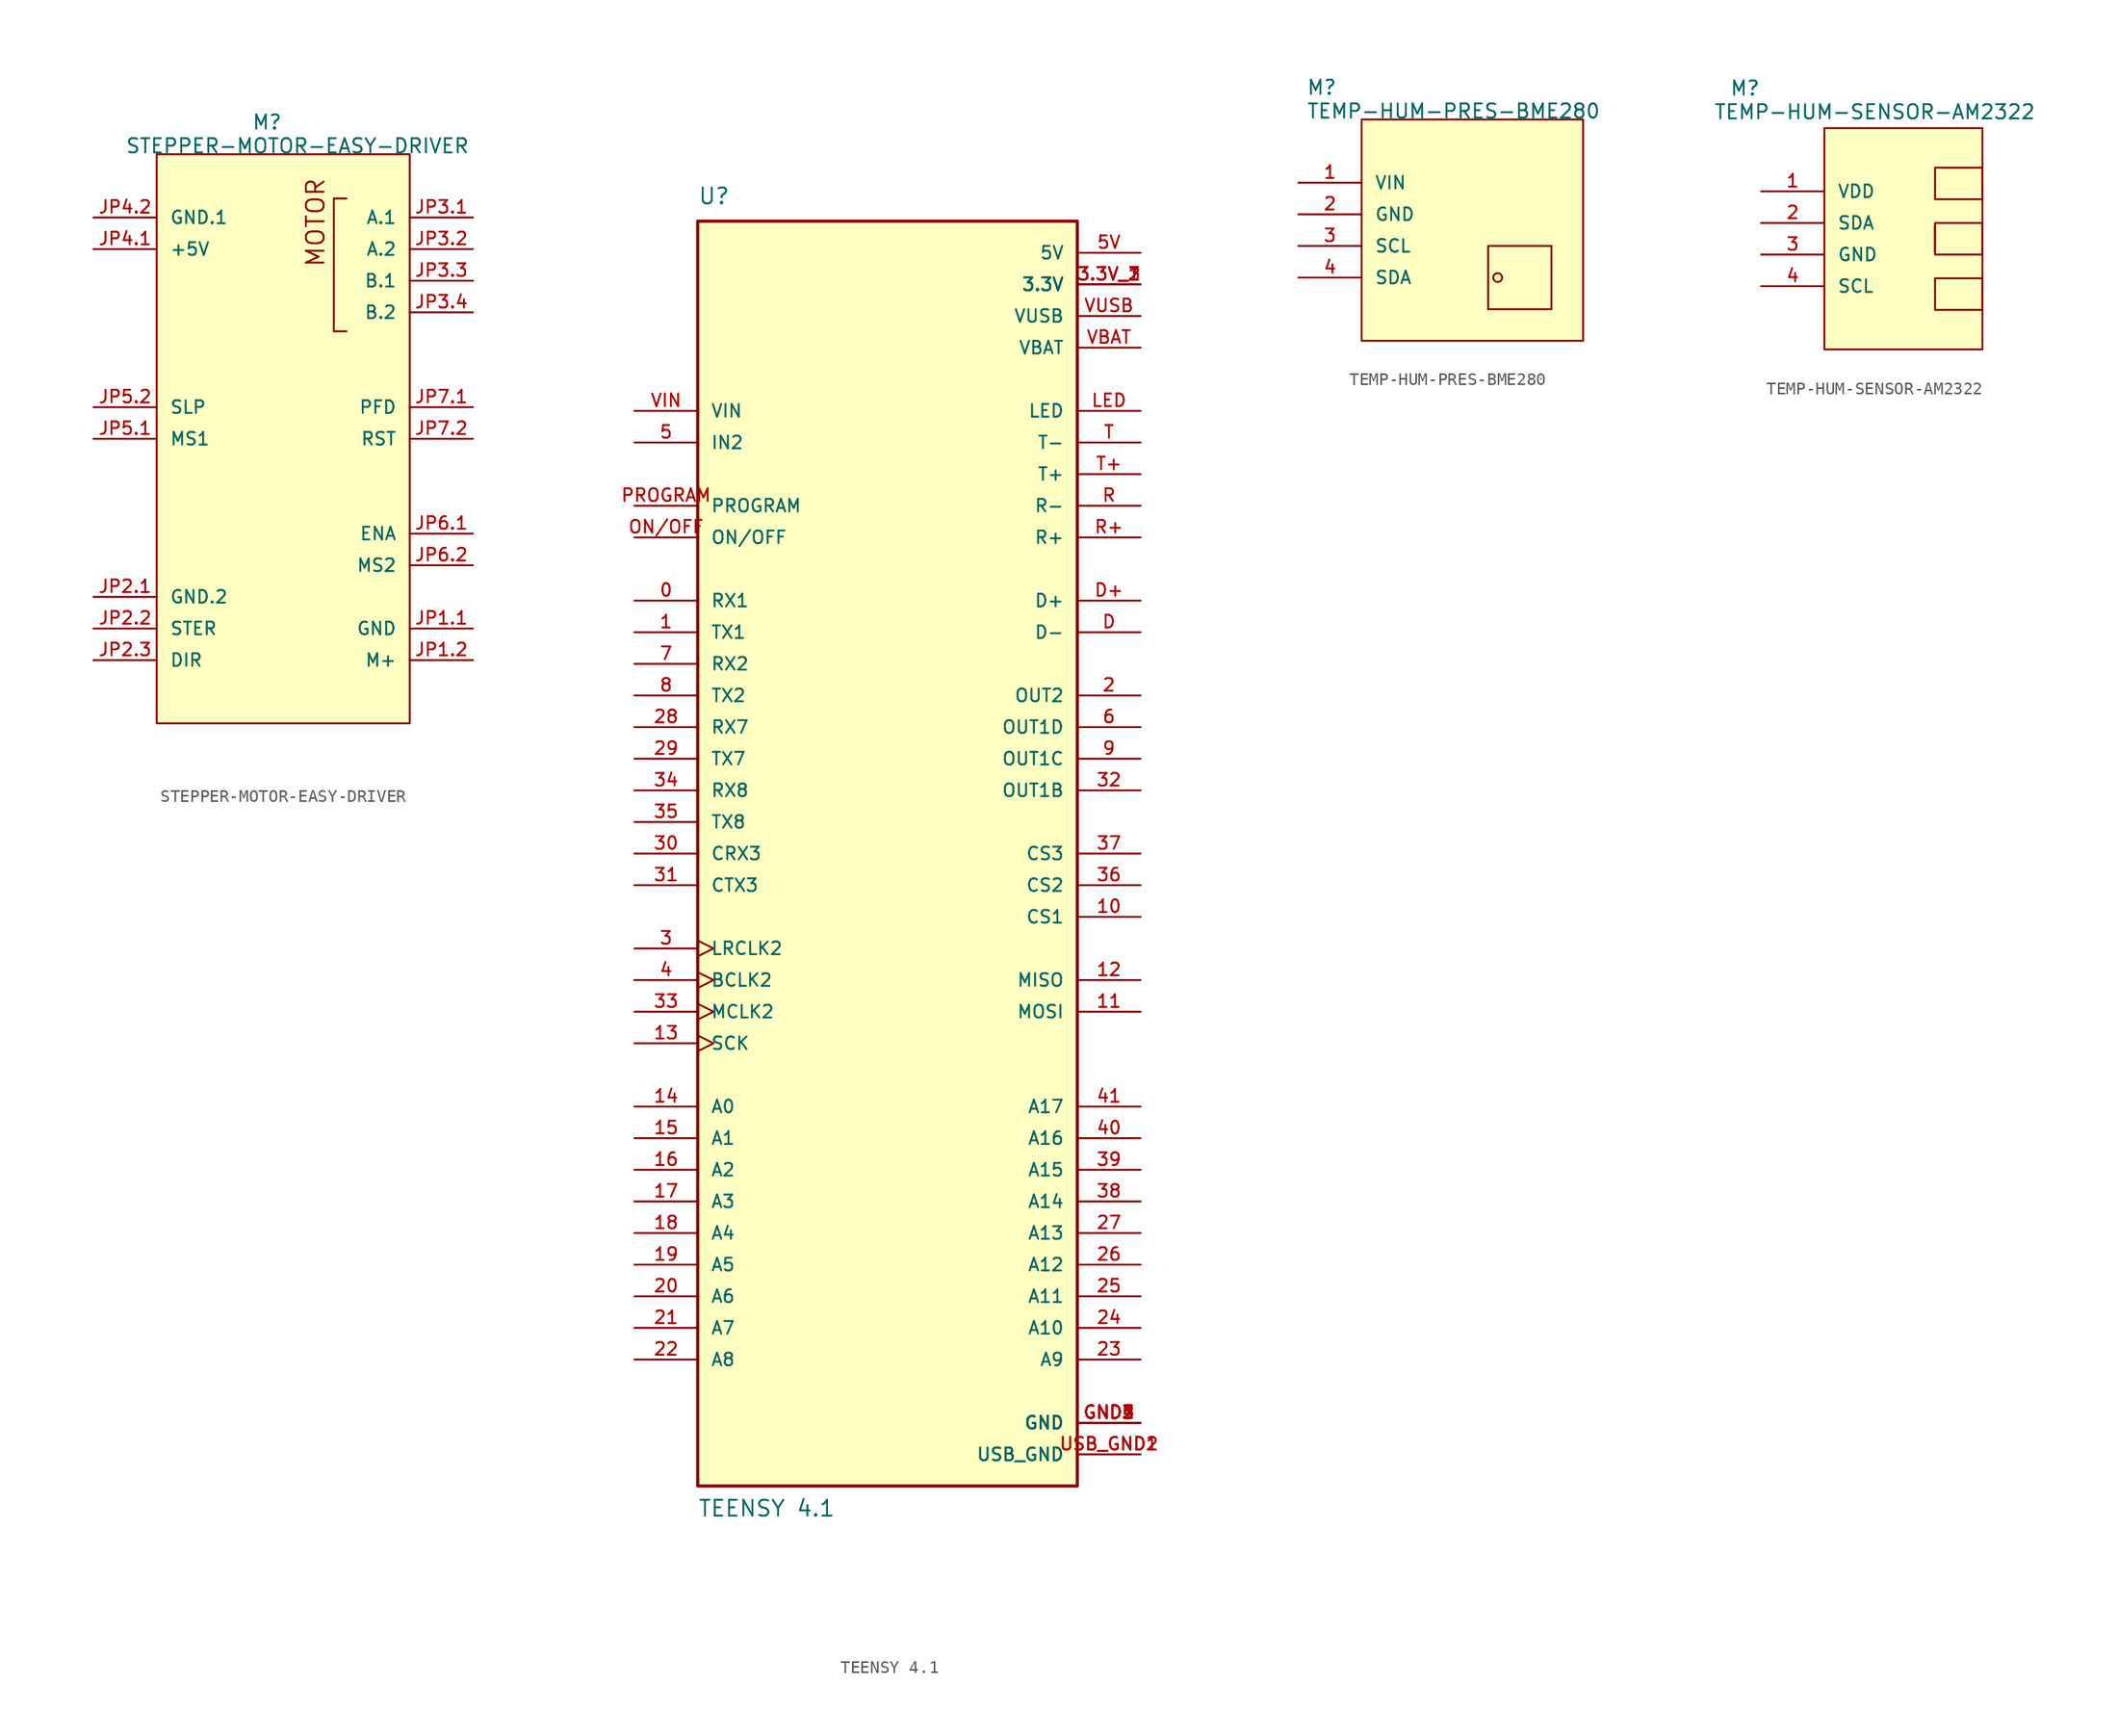
<source format=kicad_sym>
(kicad_symbol_lib
  (version 20211014)
  (generator kicad_symbol_editor)
  (symbol "STEPPER-MOTOR-EASY-DRIVER"
    (pin_names
      (offset 1.016))
    (property "Reference" "M"
      (at -2.54 24.765 0)
      (effects (font (size 1.143 1.143)) (justify left bottom)))
    (property "Value" "STEPPER-MOTOR-EASY-DRIVER"
      (at -12.7 22.86 0)
      (effects (font (size 1.143 1.143)) (justify left bottom)))
    (property "ki_locked" ""
      (at 0 0 0)
      (effects (font (size 1.27 1.27))))
    (symbol "STEPPER-MOTOR-EASY-DRIVER_1_0"
      (polyline (pts (xy 4.064 8.636) (xy 5.08 8.636)) (stroke (width 0) (type default) (color 0 0 0 0)) (fill (type none)))
      (polyline (pts (xy 4.064 19.304) (xy 4.064 8.636)) (stroke (width 0) (type default) (color 0 0 0 0)) (fill (type none)))
      (polyline (pts (xy 5.08 19.304) (xy 4.064 19.304)) (stroke (width 0) (type default) (color 0 0 0 0)) (fill (type none)))
      (text "MOTOR" (at 2.591 17.374 900) (effects (font (size 1.422 1.422)))))
    (symbol "STEPPER-MOTOR-EASY-DRIVER_1_1"
      (rectangle (start -10.16 -22.86) (end 10.16 22.86) (stroke (width 0) (type default) (color 0 0 0 0)) (fill (type background)))
      (pin bidirectional line (at 15.24 -15.24 180) (length 5.08) (name "GND" (effects (font (size 1.016 1.016)))) (number "JP1.1" (effects (font (size 1.016 1.016)))))
      (pin bidirectional line (at 15.24 -17.78 180) (length 5.08) (name "M+" (effects (font (size 1.016 1.016)))) (number "JP1.2" (effects (font (size 1.016 1.016)))))
      (pin bidirectional line (at -15.24 -12.7 0) (length 5.08) (name "GND.2" (effects (font (size 1.016 1.016)))) (number "JP2.1" (effects (font (size 1.016 1.016)))))
      (pin bidirectional line (at -15.24 -15.24 0) (length 5.08) (name "STER" (effects (font (size 1.016 1.016)))) (number "JP2.2" (effects (font (size 1.016 1.016)))))
      (pin bidirectional line (at -15.24 -17.78 0) (length 5.08) (name "DIR" (effects (font (size 1.016 1.016)))) (number "JP2.3" (effects (font (size 1.016 1.016)))))
      (pin bidirectional line (at 15.24 17.78 180) (length 5.08) (name "A.1" (effects (font (size 1.016 1.016)))) (number "JP3.1" (effects (font (size 1.016 1.016)))))
      (pin bidirectional line (at 15.24 15.24 180) (length 5.08) (name "A.2" (effects (font (size 1.016 1.016)))) (number "JP3.2" (effects (font (size 1.016 1.016)))))
      (pin bidirectional line (at 15.24 12.7 180) (length 5.08) (name "B.1" (effects (font (size 1.016 1.016)))) (number "JP3.3" (effects (font (size 1.016 1.016)))))
      (pin bidirectional line (at 15.24 10.16 180) (length 5.08) (name "B.2" (effects (font (size 1.016 1.016)))) (number "JP3.4" (effects (font (size 1.016 1.016)))))
      (pin bidirectional line (at -15.24 15.24 0) (length 5.08) (name "+5V" (effects (font (size 1.016 1.016)))) (number "JP4.1" (effects (font (size 1.016 1.016)))))
      (pin bidirectional line (at -15.24 17.78 0) (length 5.08) (name "GND.1" (effects (font (size 1.016 1.016)))) (number "JP4.2" (effects (font (size 1.016 1.016)))))
      (pin bidirectional line (at -15.24 0 0) (length 5.08) (name "MS1" (effects (font (size 1.016 1.016)))) (number "JP5.1" (effects (font (size 1.016 1.016)))))
      (pin bidirectional line (at -15.24 2.54 0) (length 5.08) (name "SLP" (effects (font (size 1.016 1.016)))) (number "JP5.2" (effects (font (size 1.016 1.016)))))
      (pin bidirectional line (at 15.24 -7.62 180) (length 5.08) (name "ENA" (effects (font (size 1.016 1.016)))) (number "JP6.1" (effects (font (size 1.016 1.016)))))
      (pin bidirectional line (at 15.24 -10.16 180) (length 5.08) (name "MS2" (effects (font (size 1.016 1.016)))) (number "JP6.2" (effects (font (size 1.016 1.016)))))
      (pin bidirectional line (at 15.24 2.54 180) (length 5.08) (name "PFD" (effects (font (size 1.016 1.016)))) (number "JP7.1" (effects (font (size 1.016 1.016)))))
      (pin bidirectional line (at 15.24 0 180) (length 5.08) (name "RST" (effects (font (size 1.016 1.016)))) (number "JP7.2" (effects (font (size 1.016 1.016)))))))
  (symbol "TEENSY 4.1"
    (pin_names
      (offset 1.016))
    (property "Reference" "U"
      (at -15.24 52.07 0)
      (effects (font (size 1.27 1.27)) (justify left bottom)))
    (property "Value" "TEENSY 4.1"
      (at -15.24 -53.34 0)
      (effects (font (size 1.27 1.27)) (justify left bottom)))
    (symbol "TEENSY 4.1_0_0"
      (rectangle (start -15.24 -50.8) (end 15.24 50.8) (stroke (width 0.254) (type default) (color 0 0 0 0)) (fill (type background)))
      (pin bidirectional line (at -20.32 20.32 0) (length 5.08) (name "RX1" (effects (font (size 1.016 1.016)))) (number "0" (effects (font (size 1.016 1.016)))))
      (pin bidirectional line (at -20.32 17.78 0) (length 5.08) (name "TX1" (effects (font (size 1.016 1.016)))) (number "1" (effects (font (size 1.016 1.016)))))
      (pin bidirectional line (at 20.32 -5.08 180) (length 5.08) (name "CS1" (effects (font (size 1.016 1.016)))) (number "10" (effects (font (size 1.016 1.016)))))
      (pin bidirectional line (at 20.32 -12.7 180) (length 5.08) (name "MOSI" (effects (font (size 1.016 1.016)))) (number "11" (effects (font (size 1.016 1.016)))))
      (pin bidirectional line (at 20.32 -10.16 180) (length 5.08) (name "MISO" (effects (font (size 1.016 1.016)))) (number "12" (effects (font (size 1.016 1.016)))))
      (pin bidirectional clock (at -20.32 -15.24 0) (length 5.08) (name "SCK" (effects (font (size 1.016 1.016)))) (number "13" (effects (font (size 1.016 1.016)))))
      (pin bidirectional line (at -20.32 -20.32 0) (length 5.08) (name "A0" (effects (font (size 1.016 1.016)))) (number "14" (effects (font (size 1.016 1.016)))))
      (pin bidirectional line (at -20.32 -22.86 0) (length 5.08) (name "A1" (effects (font (size 1.016 1.016)))) (number "15" (effects (font (size 1.016 1.016)))))
      (pin bidirectional line (at -20.32 -25.4 0) (length 5.08) (name "A2" (effects (font (size 1.016 1.016)))) (number "16" (effects (font (size 1.016 1.016)))))
      (pin bidirectional line (at -20.32 -27.94 0) (length 5.08) (name "A3" (effects (font (size 1.016 1.016)))) (number "17" (effects (font (size 1.016 1.016)))))
      (pin bidirectional line (at -20.32 -30.48 0) (length 5.08) (name "A4" (effects (font (size 1.016 1.016)))) (number "18" (effects (font (size 1.016 1.016)))))
      (pin bidirectional line (at -20.32 -33.02 0) (length 5.08) (name "A5" (effects (font (size 1.016 1.016)))) (number "19" (effects (font (size 1.016 1.016)))))
      (pin output line (at 20.32 12.7 180) (length 5.08) (name "OUT2" (effects (font (size 1.016 1.016)))) (number "2" (effects (font (size 1.016 1.016)))))
      (pin bidirectional line (at -20.32 -35.56 0) (length 5.08) (name "A6" (effects (font (size 1.016 1.016)))) (number "20" (effects (font (size 1.016 1.016)))))
      (pin bidirectional line (at -20.32 -38.1 0) (length 5.08) (name "A7" (effects (font (size 1.016 1.016)))) (number "21" (effects (font (size 1.016 1.016)))))
      (pin bidirectional line (at -20.32 -40.64 0) (length 5.08) (name "A8" (effects (font (size 1.016 1.016)))) (number "22" (effects (font (size 1.016 1.016)))))
      (pin bidirectional line (at 20.32 -40.64 180) (length 5.08) (name "A9" (effects (font (size 1.016 1.016)))) (number "23" (effects (font (size 1.016 1.016)))))
      (pin bidirectional line (at 20.32 -38.1 180) (length 5.08) (name "A10" (effects (font (size 1.016 1.016)))) (number "24" (effects (font (size 1.016 1.016)))))
      (pin bidirectional line (at 20.32 -35.56 180) (length 5.08) (name "A11" (effects (font (size 1.016 1.016)))) (number "25" (effects (font (size 1.016 1.016)))))
      (pin bidirectional line (at 20.32 -33.02 180) (length 5.08) (name "A12" (effects (font (size 1.016 1.016)))) (number "26" (effects (font (size 1.016 1.016)))))
      (pin bidirectional line (at 20.32 -30.48 180) (length 5.08) (name "A13" (effects (font (size 1.016 1.016)))) (number "27" (effects (font (size 1.016 1.016)))))
      (pin bidirectional line (at -20.32 10.16 0) (length 5.08) (name "RX7" (effects (font (size 1.016 1.016)))) (number "28" (effects (font (size 1.016 1.016)))))
      (pin bidirectional line (at -20.32 7.62 0) (length 5.08) (name "TX7" (effects (font (size 1.016 1.016)))) (number "29" (effects (font (size 1.016 1.016)))))
      (pin bidirectional clock (at -20.32 -7.62 0) (length 5.08) (name "LRCLK2" (effects (font (size 1.016 1.016)))) (number "3" (effects (font (size 1.016 1.016)))))
      (pin power_in line (at 20.32 45.72 180) (length 5.08) (name "3.3V" (effects (font (size 1.016 1.016)))) (number "3.3V_1" (effects (font (size 1.016 1.016)))))
      (pin power_in line (at 20.32 45.72 180) (length 5.08) (name "3.3V" (effects (font (size 1.016 1.016)))) (number "3.3V_2" (effects (font (size 1.016 1.016)))))
      (pin power_in line (at 20.32 45.72 180) (length 5.08) (name "3.3V" (effects (font (size 1.016 1.016)))) (number "3.3V_3" (effects (font (size 1.016 1.016)))))
      (pin bidirectional line (at -20.32 0 0) (length 5.08) (name "CRX3" (effects (font (size 1.016 1.016)))) (number "30" (effects (font (size 1.016 1.016)))))
      (pin bidirectional line (at -20.32 -2.54 0) (length 5.08) (name "CTX3" (effects (font (size 1.016 1.016)))) (number "31" (effects (font (size 1.016 1.016)))))
      (pin output line (at 20.32 5.08 180) (length 5.08) (name "OUT1B" (effects (font (size 1.016 1.016)))) (number "32" (effects (font (size 1.016 1.016)))))
      (pin bidirectional clock (at -20.32 -12.7 0) (length 5.08) (name "MCLK2" (effects (font (size 1.016 1.016)))) (number "33" (effects (font (size 1.016 1.016)))))
      (pin bidirectional line (at -20.32 5.08 0) (length 5.08) (name "RX8" (effects (font (size 1.016 1.016)))) (number "34" (effects (font (size 1.016 1.016)))))
      (pin bidirectional line (at -20.32 2.54 0) (length 5.08) (name "TX8" (effects (font (size 1.016 1.016)))) (number "35" (effects (font (size 1.016 1.016)))))
      (pin bidirectional line (at 20.32 -2.54 180) (length 5.08) (name "CS2" (effects (font (size 1.016 1.016)))) (number "36" (effects (font (size 1.016 1.016)))))
      (pin bidirectional line (at 20.32 0 180) (length 5.08) (name "CS3" (effects (font (size 1.016 1.016)))) (number "37" (effects (font (size 1.016 1.016)))))
      (pin bidirectional line (at 20.32 -27.94 180) (length 5.08) (name "A14" (effects (font (size 1.016 1.016)))) (number "38" (effects (font (size 1.016 1.016)))))
      (pin bidirectional line (at 20.32 -25.4 180) (length 5.08) (name "A15" (effects (font (size 1.016 1.016)))) (number "39" (effects (font (size 1.016 1.016)))))
      (pin bidirectional clock (at -20.32 -10.16 0) (length 5.08) (name "BCLK2" (effects (font (size 1.016 1.016)))) (number "4" (effects (font (size 1.016 1.016)))))
      (pin bidirectional line (at 20.32 -22.86 180) (length 5.08) (name "A16" (effects (font (size 1.016 1.016)))) (number "40" (effects (font (size 1.016 1.016)))))
      (pin bidirectional line (at 20.32 -20.32 180) (length 5.08) (name "A17" (effects (font (size 1.016 1.016)))) (number "41" (effects (font (size 1.016 1.016)))))
      (pin bidirectional line (at -20.32 33.02 0) (length 5.08) (name "IN2" (effects (font (size 1.016 1.016)))) (number "5" (effects (font (size 1.016 1.016)))))
      (pin power_in line (at 20.32 48.26 180) (length 5.08) (name "5V" (effects (font (size 1.016 1.016)))) (number "5V" (effects (font (size 1.016 1.016)))))
      (pin output line (at 20.32 10.16 180) (length 5.08) (name "OUT1D" (effects (font (size 1.016 1.016)))) (number "6" (effects (font (size 1.016 1.016)))))
      (pin bidirectional line (at -20.32 15.24 0) (length 5.08) (name "RX2" (effects (font (size 1.016 1.016)))) (number "7" (effects (font (size 1.016 1.016)))))
      (pin bidirectional line (at -20.32 12.7 0) (length 5.08) (name "TX2" (effects (font (size 1.016 1.016)))) (number "8" (effects (font (size 1.016 1.016)))))
      (pin output line (at 20.32 7.62 180) (length 5.08) (name "OUT1C" (effects (font (size 1.016 1.016)))) (number "9" (effects (font (size 1.016 1.016)))))
      (pin bidirectional line (at 20.32 17.78 180) (length 5.08) (name "D-" (effects (font (size 1.016 1.016)))) (number "D" (effects (font (size 1.016 1.016)))))
      (pin bidirectional line (at 20.32 20.32 180) (length 5.08) (name "D+" (effects (font (size 1.016 1.016)))) (number "D+" (effects (font (size 1.016 1.016)))))
      (pin power_in line (at 20.32 -45.72 180) (length 5.08) (name "GND" (effects (font (size 1.016 1.016)))) (number "GND1" (effects (font (size 1.016 1.016)))))
      (pin power_in line (at 20.32 -45.72 180) (length 5.08) (name "GND" (effects (font (size 1.016 1.016)))) (number "GND2" (effects (font (size 1.016 1.016)))))
      (pin power_in line (at 20.32 -45.72 180) (length 5.08) (name "GND" (effects (font (size 1.016 1.016)))) (number "GND3" (effects (font (size 1.016 1.016)))))
      (pin power_in line (at 20.32 -45.72 180) (length 5.08) (name "GND" (effects (font (size 1.016 1.016)))) (number "GND4" (effects (font (size 1.016 1.016)))))
      (pin power_in line (at 20.32 -45.72 180) (length 5.08) (name "GND" (effects (font (size 1.016 1.016)))) (number "GND5" (effects (font (size 1.016 1.016)))))
      (pin bidirectional line (at 20.32 35.56 180) (length 5.08) (name "LED" (effects (font (size 1.016 1.016)))) (number "LED" (effects (font (size 1.016 1.016)))))
      (pin bidirectional line (at -20.32 25.4 0) (length 5.08) (name "ON/OFF" (effects (font (size 1.016 1.016)))) (number "ON/OFF" (effects (font (size 1.016 1.016)))))
      (pin bidirectional line (at -20.32 27.94 0) (length 5.08) (name "PROGRAM" (effects (font (size 1.016 1.016)))) (number "PROGRAM" (effects (font (size 1.016 1.016)))))
      (pin bidirectional line (at 20.32 27.94 180) (length 5.08) (name "R-" (effects (font (size 1.016 1.016)))) (number "R" (effects (font (size 1.016 1.016)))))
      (pin bidirectional line (at 20.32 25.4 180) (length 5.08) (name "R+" (effects (font (size 1.016 1.016)))) (number "R+" (effects (font (size 1.016 1.016)))))
      (pin bidirectional line (at 20.32 33.02 180) (length 5.08) (name "T-" (effects (font (size 1.016 1.016)))) (number "T" (effects (font (size 1.016 1.016)))))
      (pin bidirectional line (at 20.32 30.48 180) (length 5.08) (name "T+" (effects (font (size 1.016 1.016)))) (number "T+" (effects (font (size 1.016 1.016)))))
      (pin power_in line (at 20.32 -48.26 180) (length 5.08) (name "USB_GND" (effects (font (size 1.016 1.016)))) (number "USB_GND1" (effects (font (size 1.016 1.016)))))
      (pin power_in line (at 20.32 -48.26 180) (length 5.08) (name "USB_GND" (effects (font (size 1.016 1.016)))) (number "USB_GND2" (effects (font (size 1.016 1.016)))))
      (pin passive line (at 20.32 40.64 180) (length 5.08) (name "VBAT" (effects (font (size 1.016 1.016)))) (number "VBAT" (effects (font (size 1.016 1.016)))))
      (pin input line (at -20.32 35.56 0) (length 5.08) (name "VIN" (effects (font (size 1.016 1.016)))) (number "VIN" (effects (font (size 1.016 1.016)))))
      (pin passive line (at 20.32 43.18 180) (length 5.08) (name "VUSB" (effects (font (size 1.016 1.016)))) (number "VUSB" (effects (font (size 1.016 1.016)))))))
  (symbol "TEMP-HUM-PRES-BME280"
    (pin_names
      (offset 1.016))
    (property "Reference" "M"
      (at -8.89 10.795 0)
      (effects (font (size 1.143 1.143)) (justify left bottom)))
    (property "Value" "TEMP-HUM-PRES-BME280"
      (at -8.89 8.89 0)
      (effects (font (size 1.143 1.143)) (justify left bottom)))
    (property "ki_locked" ""
      (at 0 0 0)
      (effects (font (size 1.27 1.27))))
    (symbol "TEMP-HUM-PRES-BME280_1_1"
      (rectangle (start -4.445 -8.89) (end 13.335 8.89) (stroke (width 0) (type default) (color 0 0 0 0)) (fill (type background)))
      (rectangle (start 5.715 -6.35) (end 10.795 -1.27) (stroke (width 0) (type default) (color 0 0 0 0)) (fill (type none)))
      (circle (center 6.477 -3.81) (radius 0.356) (stroke (width 0) (type default) (color 0 0 0 0)) (fill (type none)))
      (pin power_in line (at -9.525 3.81 0) (length 5.08) (name "VIN" (effects (font (size 1.016 1.016)))) (number "1" (effects (font (size 1.016 1.016)))))
      (pin power_in line (at -9.525 1.27 0) (length 5.08) (name "GND" (effects (font (size 1.016 1.016)))) (number "2" (effects (font (size 1.016 1.016)))))
      (pin bidirectional line (at -9.525 -1.27 0) (length 5.08) (name "SCL" (effects (font (size 1.016 1.016)))) (number "3" (effects (font (size 1.016 1.016)))))
      (pin bidirectional line (at -9.525 -3.81 0) (length 5.08) (name "SDA" (effects (font (size 1.016 1.016)))) (number "4" (effects (font (size 1.016 1.016)))))))
  (symbol "TEMP-HUM-SENSOR-AM2322"
    (pin_names
      (offset 1.016))
    (property "Reference" "M"
      (at -7.62 11.43 0)
      (effects (font (size 1.143 1.143)) (justify left bottom)))
    (property "Value" "TEMP-HUM-SENSOR-AM2322"
      (at -8.89 9.525 0)
      (effects (font (size 1.143 1.143)) (justify left bottom)))
    (property "ki_locked" ""
      (at 0 0 0)
      (effects (font (size 1.27 1.27))))
    (symbol "TEMP-HUM-SENSOR-AM2322_1_0"
      (polyline (pts (xy 8.89 1.016) (xy 8.89 -1.016)) (stroke (width 0) (type default) (color 0 0 0 0)) (fill (type none)))
      (rectangle (start 0 8.89) (end 12.7 -8.89) (stroke (width 0) (type default) (color 0 0 0 0)) (fill (type background)))
      (rectangle (start 8.89 -3.175) (end 12.7 -5.715) (stroke (width 0) (type default) (color 0 0 0 0)) (fill (type none)))
      (rectangle (start 8.89 1.27) (end 12.7 -1.27) (stroke (width 0) (type default) (color 0 0 0 0)) (fill (type none)))
      (rectangle (start 8.89 5.715) (end 12.7 3.175) (stroke (width 0) (type default) (color 0 0 0 0)) (fill (type none))))
    (symbol "TEMP-HUM-SENSOR-AM2322_1_1"
      (pin power_in line (at -5.08 3.81 0) (length 5.08) (name "VDD" (effects (font (size 1.016 1.016)))) (number "1" (effects (font (size 1.016 1.016)))))
      (pin bidirectional line (at -5.08 1.27 0) (length 5.08) (name "SDA" (effects (font (size 1.016 1.016)))) (number "2" (effects (font (size 1.016 1.016)))))
      (pin power_in line (at -5.08 -1.27 0) (length 5.08) (name "GND" (effects (font (size 1.016 1.016)))) (number "3" (effects (font (size 1.016 1.016)))))
      (pin bidirectional line (at -5.08 -3.81 0) (length 5.08) (name "SCL" (effects (font (size 1.016 1.016)))) (number "4" (effects (font (size 1.016 1.016))))))))
</source>
